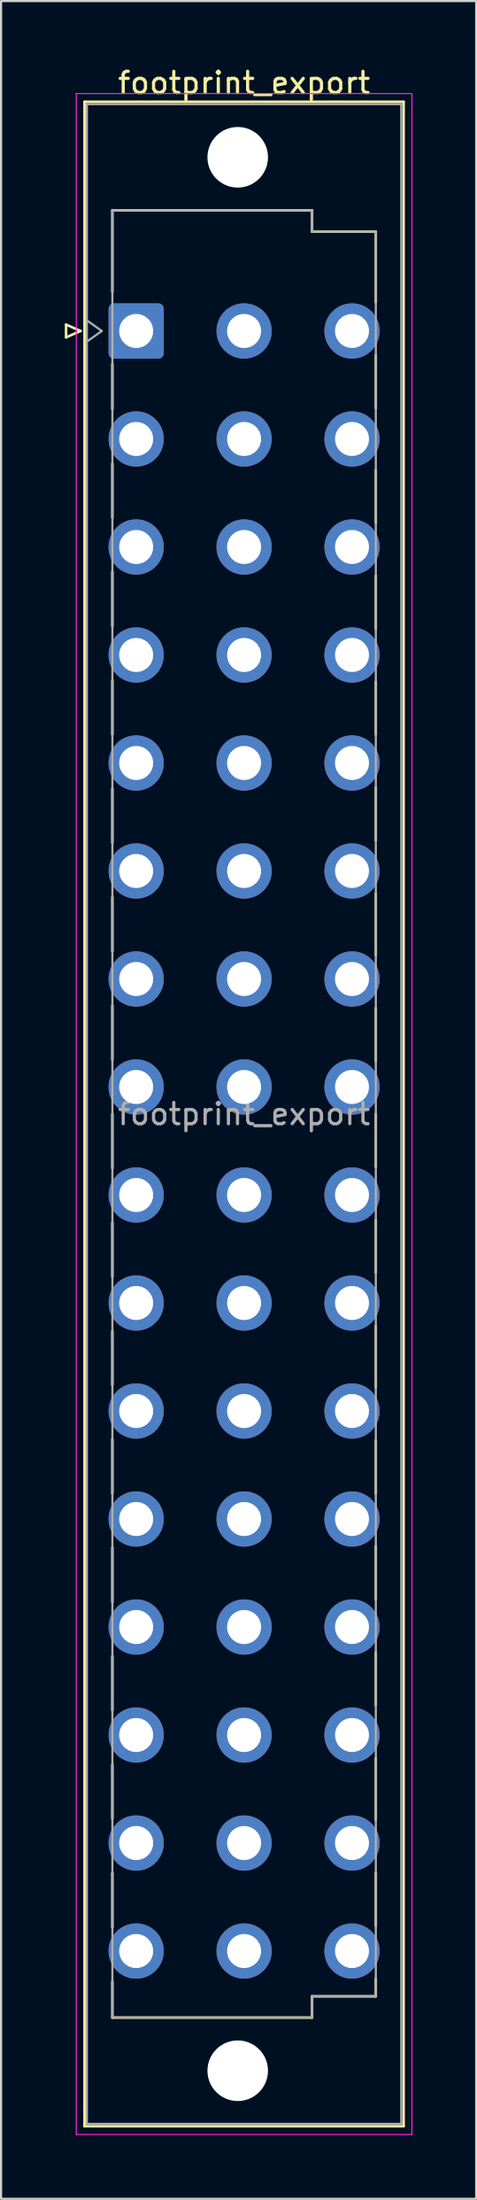
<source format=kicad_pcb>
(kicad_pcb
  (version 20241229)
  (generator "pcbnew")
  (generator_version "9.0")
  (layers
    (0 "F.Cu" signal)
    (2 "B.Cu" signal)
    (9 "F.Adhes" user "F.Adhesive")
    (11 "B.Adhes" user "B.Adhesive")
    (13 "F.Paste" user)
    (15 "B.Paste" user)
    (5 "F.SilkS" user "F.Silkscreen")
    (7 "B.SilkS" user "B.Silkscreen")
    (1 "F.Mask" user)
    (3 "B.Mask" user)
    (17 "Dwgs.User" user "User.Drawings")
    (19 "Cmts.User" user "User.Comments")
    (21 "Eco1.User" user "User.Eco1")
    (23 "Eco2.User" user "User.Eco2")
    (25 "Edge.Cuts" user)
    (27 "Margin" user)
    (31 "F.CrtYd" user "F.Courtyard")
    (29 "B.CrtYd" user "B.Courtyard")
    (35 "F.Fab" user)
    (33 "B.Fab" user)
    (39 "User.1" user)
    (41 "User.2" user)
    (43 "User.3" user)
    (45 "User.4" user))
  (footprint "footprint_export"
    (layer "F.Cu")
    (at 5.9 9.978)
    (property "Reference" "footprint_export" (at 2.54 -9.13 0) (layer "F.SilkS") (effects (font (size 1 1) (thickness 0.15))))
    (attr through_hole)
    (fp_line (start -5.84 2.24) (end -5.84 2.84) (stroke (width 0.12) (type solid)) (layer "F.SilkS"))
    (fp_line (start -5.84 2.84) (end -5.16 2.54) (stroke (width 0.12) (type solid)) (layer "F.SilkS"))
    (fp_line (start -5.16 2.54) (end -5.84 2.24) (stroke (width 0.12) (type solid)) (layer "F.SilkS"))
    (fp_line (start -4.97 -8.24) (end 10.05 -8.24) (stroke (width 0.12) (type solid)) (layer "F.SilkS"))
    (fp_line (start -4.97 86.98) (end -4.97 -8.24) (stroke (width 0.12) (type solid)) (layer "F.SilkS"))
    (fp_line (start -3.66 -3.131) (end 5.74 -3.131) (stroke (width 0.12) (type solid)) (layer "F.SilkS"))
    (fp_line (start -3.66 0.696) (end -3.66 -3.131) (stroke (width 0.12) (type solid)) (layer "F.SilkS"))
    (fp_line (start -3.66 6.221) (end -3.66 4.096) (stroke (width 0.12) (type solid)) (layer "F.SilkS"))
    (fp_line (start -3.66 11.321) (end -3.66 8.771) (stroke (width 0.12) (type solid)) (layer "F.SilkS"))
    (fp_line (start -3.66 16.421) (end -3.66 13.871) (stroke (width 0.12) (type solid)) (layer "F.SilkS"))
    (fp_line (start -3.66 21.521) (end -3.66 18.971) (stroke (width 0.12) (type solid)) (layer "F.SilkS"))
    (fp_line (start -3.66 26.621) (end -3.66 24.071) (stroke (width 0.12) (type solid)) (layer "F.SilkS"))
    (fp_line (start -3.66 31.721) (end -3.66 29.171) (stroke (width 0.12) (type solid)) (layer "F.SilkS"))
    (fp_line (start -3.66 36.821) (end -3.66 34.271) (stroke (width 0.12) (type solid)) (layer "F.SilkS"))
    (fp_line (start -3.66 41.921) (end -3.66 39.371) (stroke (width 0.12) (type solid)) (layer "F.SilkS"))
    (fp_line (start -3.66 47.021) (end -3.66 44.471) (stroke (width 0.12) (type solid)) (layer "F.SilkS"))
    (fp_line (start -3.66 52.121) (end -3.66 49.571) (stroke (width 0.12) (type solid)) (layer "F.SilkS"))
    (fp_line (start -3.66 57.221) (end -3.66 54.671) (stroke (width 0.12) (type solid)) (layer "F.SilkS"))
    (fp_line (start -3.66 62.321) (end -3.66 59.771) (stroke (width 0.12) (type solid)) (layer "F.SilkS"))
    (fp_line (start -3.66 67.421) (end -3.66 64.871) (stroke (width 0.12) (type solid)) (layer "F.SilkS"))
    (fp_line (start -3.66 72.521) (end -3.66 69.971) (stroke (width 0.12) (type solid)) (layer "F.SilkS"))
    (fp_line (start -3.66 77.621) (end -3.66 75.071) (stroke (width 0.12) (type solid)) (layer "F.SilkS"))
    (fp_line (start -3.66 81.87) (end -3.66 80.171) (stroke (width 0.12) (type solid)) (layer "F.SilkS"))
    (fp_line (start 5.74 -3.131) (end 5.74 -2.131) (stroke (width 0.12) (type solid)) (layer "F.SilkS"))
    (fp_line (start 5.74 -2.131) (end 8.74 -2.131) (stroke (width 0.12) (type solid)) (layer "F.SilkS"))
    (fp_line (start 5.74 80.87) (end 5.74 81.87) (stroke (width 0.12) (type solid)) (layer "F.SilkS"))
    (fp_line (start 5.74 81.87) (end -3.66 81.87) (stroke (width 0.12) (type solid)) (layer "F.SilkS"))
    (fp_line (start 8.74 -2.131) (end 8.74 1.19) (stroke (width 0.12) (type solid)) (layer "F.SilkS"))
    (fp_line (start 8.74 3.68) (end 8.74 6.17) (stroke (width 0.12) (type solid)) (layer "F.SilkS"))
    (fp_line (start 8.74 9.075) (end 8.74 11.565) (stroke (width 0.12) (type solid)) (layer "F.SilkS"))
    (fp_line (start 8.74 14.055) (end 8.74 16.545) (stroke (width 0.12) (type solid)) (layer "F.SilkS"))
    (fp_line (start 8.74 19.035) (end 8.74 21.525) (stroke (width 0.12) (type solid)) (layer "F.SilkS"))
    (fp_line (start 8.74 24.015) (end 8.74 26.505) (stroke (width 0.12) (type solid)) (layer "F.SilkS"))
    (fp_line (start 8.74 28.995) (end 8.74 31.9) (stroke (width 0.12) (type solid)) (layer "F.SilkS"))
    (fp_line (start 8.74 34.39) (end 8.74 36.88) (stroke (width 0.12) (type solid)) (layer "F.SilkS"))
    (fp_line (start 8.74 39.37) (end 8.74 41.86) (stroke (width 0.12) (type solid)) (layer "F.SilkS"))
    (fp_line (start 8.74 44.35) (end 8.74 46.84) (stroke (width 0.12) (type solid)) (layer "F.SilkS"))
    (fp_line (start 8.74 49.33) (end 8.74 52.235) (stroke (width 0.12) (type solid)) (layer "F.SilkS"))
    (fp_line (start 8.74 54.725) (end 8.74 57.215) (stroke (width 0.12) (type solid)) (layer "F.SilkS"))
    (fp_line (start 8.74 59.705) (end 8.74 62.195) (stroke (width 0.12) (type solid)) (layer "F.SilkS"))
    (fp_line (start 8.74 64.685) (end 8.74 67.175) (stroke (width 0.12) (type solid)) (layer "F.SilkS"))
    (fp_line (start 8.74 69.665) (end 8.74 72.57) (stroke (width 0.12) (type solid)) (layer "F.SilkS"))
    (fp_line (start 8.74 75.061) (end 8.74 77.551) (stroke (width 0.12) (type solid)) (layer "F.SilkS"))
    (fp_line (start 8.74 80.041) (end 8.74 80.87) (stroke (width 0.12) (type solid)) (layer "F.SilkS"))
    (fp_line (start 8.74 80.87) (end 5.74 80.87) (stroke (width 0.12) (type solid)) (layer "F.SilkS"))
    (fp_line (start 10.05 -8.24) (end 10.05 86.98) (stroke (width 0.12) (type solid)) (layer "F.SilkS"))
    (fp_line (start 10.05 86.98) (end -4.97 86.98) (stroke (width 0.12) (type solid)) (layer "F.SilkS"))
    (fp_line (start -5.36 -8.63) (end 10.44 -8.63) (stroke (width 0.05) (type solid)) (layer "F.CrtYd"))
    (fp_line (start -5.36 87.37) (end -5.36 -8.63) (stroke (width 0.05) (type solid)) (layer "F.CrtYd"))
    (fp_line (start 10.44 -8.63) (end 10.44 87.37) (stroke (width 0.05) (type solid)) (layer "F.CrtYd"))
    (fp_line (start 10.44 87.37) (end -5.36 87.37) (stroke (width 0.05) (type solid)) (layer "F.CrtYd"))
    (fp_line (start -4.86 -8.13) (end 9.94 -8.13) (stroke (width 0.1) (type solid)) (layer "F.Fab"))
    (fp_line (start -4.86 2.04) (end -4.16 2.54) (stroke (width 0.1) (type solid)) (layer "F.Fab"))
    (fp_line (start -4.86 86.87) (end -4.86 -8.13) (stroke (width 0.1) (type solid)) (layer "F.Fab"))
    (fp_line (start -4.16 2.54) (end -4.86 3.04) (stroke (width 0.1) (type solid)) (layer "F.Fab"))
    (fp_line (start -3.66 -3.13) (end 5.74 -3.13) (stroke (width 0.1) (type solid)) (layer "F.Fab"))
    (fp_line (start -3.66 81.87) (end -3.66 -3.13) (stroke (width 0.1) (type solid)) (layer "F.Fab"))
    (fp_line (start 5.74 -3.13) (end 5.74 -2.13) (stroke (width 0.1) (type solid)) (layer "F.Fab"))
    (fp_line (start 5.74 -2.13) (end 8.74 -2.13) (stroke (width 0.1) (type solid)) (layer "F.Fab"))
    (fp_line (start 5.74 80.87) (end 5.74 81.87) (stroke (width 0.1) (type solid)) (layer "F.Fab"))
    (fp_line (start 5.74 81.87) (end -3.66 81.87) (stroke (width 0.1) (type solid)) (layer "F.Fab"))
    (fp_line (start 8.74 -2.13) (end 8.74 80.87) (stroke (width 0.1) (type solid)) (layer "F.Fab"))
    (fp_line (start 8.74 80.87) (end 5.74 80.87) (stroke (width 0.1) (type solid)) (layer "F.Fab"))
    (fp_line (start 9.94 -8.13) (end 9.94 86.87) (stroke (width 0.1) (type solid)) (layer "F.Fab"))
    (fp_line (start 9.94 86.87) (end -4.86 86.87) (stroke (width 0.1) (type solid)) (layer "F.Fab"))
    (fp_text user "${REFERENCE}" (at 2.54 39.37 0) (layer "F.Fab") (effects (font (size 1 1) (thickness 0.15))))
    (pad "" np_thru_hole circle (at 2.24 -5.63) (size 2.85 2.85) (drill 2.85) (layers "*.Cu" "*.Mask"))
    (pad "" np_thru_hole circle (at 2.24 84.37) (size 2.85 2.85) (drill 2.85) (layers "*.Cu" "*.Mask"))
    (pad "b2" thru_hole circle (at 2.54 2.54) (size 2.6 2.6) (drill 1.6) (layers "*.Cu" "*.Mask"))
    (pad "b4" thru_hole circle (at 2.54 7.62) (size 2.6 2.6) (drill 1.6) (layers "*.Cu" "*.Mask"))
    (pad "b6" thru_hole circle (at 2.54 12.7) (size 2.6 2.6) (drill 1.6) (layers "*.Cu" "*.Mask"))
    (pad "b8" thru_hole circle (at 2.54 17.78) (size 2.6 2.6) (drill 1.6) (layers "*.Cu" "*.Mask"))
    (pad "b10" thru_hole circle (at 2.54 22.86) (size 2.6 2.6) (drill 1.6) (layers "*.Cu" "*.Mask"))
    (pad "b12" thru_hole circle (at 2.54 27.94) (size 2.6 2.6) (drill 1.6) (layers "*.Cu" "*.Mask"))
    (pad "b14" thru_hole circle (at 2.54 33.02) (size 2.6 2.6) (drill 1.6) (layers "*.Cu" "*.Mask"))
    (pad "b16" thru_hole circle (at 2.54 38.1) (size 2.6 2.6) (drill 1.6) (layers "*.Cu" "*.Mask"))
    (pad "b18" thru_hole circle (at 2.54 43.18) (size 2.6 2.6) (drill 1.6) (layers "*.Cu" "*.Mask"))
    (pad "b20" thru_hole circle (at 2.54 48.26) (size 2.6 2.6) (drill 1.6) (layers "*.Cu" "*.Mask"))
    (pad "b22" thru_hole circle (at 2.54 53.34) (size 2.6 2.6) (drill 1.6) (layers "*.Cu" "*.Mask"))
    (pad "b24" thru_hole circle (at 2.54 58.42) (size 2.6 2.6) (drill 1.6) (layers "*.Cu" "*.Mask"))
    (pad "b26" thru_hole circle (at 2.54 63.5) (size 2.6 2.6) (drill 1.6) (layers "*.Cu" "*.Mask"))
    (pad "b28" thru_hole circle (at 2.54 68.58) (size 2.6 2.6) (drill 1.6) (layers "*.Cu" "*.Mask"))
    (pad "b30" thru_hole circle (at 2.54 73.66) (size 2.6 2.6) (drill 1.6) (layers "*.Cu" "*.Mask"))
    (pad "b32" thru_hole circle (at 2.54 78.74) (size 2.6 2.6) (drill 1.6) (layers "*.Cu" "*.Mask"))
    (pad "d2" thru_hole circle (at 7.62 2.54) (size 2.6 2.6) (drill 1.6) (layers "*.Cu" "*.Mask"))
    (pad "d4" thru_hole circle (at 7.62 7.62) (size 2.6 2.6) (drill 1.6) (layers "*.Cu" "*.Mask"))
    (pad "d6" thru_hole circle (at 7.62 12.7) (size 2.6 2.6) (drill 1.6) (layers "*.Cu" "*.Mask"))
    (pad "d8" thru_hole circle (at 7.62 17.78) (size 2.6 2.6) (drill 1.6) (layers "*.Cu" "*.Mask"))
    (pad "d10" thru_hole circle (at 7.62 22.86) (size 2.6 2.6) (drill 1.6) (layers "*.Cu" "*.Mask"))
    (pad "d12" thru_hole circle (at 7.62 27.94) (size 2.6 2.6) (drill 1.6) (layers "*.Cu" "*.Mask"))
    (pad "d14" thru_hole circle (at 7.62 33.02) (size 2.6 2.6) (drill 1.6) (layers "*.Cu" "*.Mask"))
    (pad "d16" thru_hole circle (at 7.62 38.1) (size 2.6 2.6) (drill 1.6) (layers "*.Cu" "*.Mask"))
    (pad "d18" thru_hole circle (at 7.62 43.18) (size 2.6 2.6) (drill 1.6) (layers "*.Cu" "*.Mask"))
    (pad "d20" thru_hole circle (at 7.62 48.26) (size 2.6 2.6) (drill 1.6) (layers "*.Cu" "*.Mask"))
    (pad "d22" thru_hole circle (at 7.62 53.34) (size 2.6 2.6) (drill 1.6) (layers "*.Cu" "*.Mask"))
    (pad "d24" thru_hole circle (at 7.62 58.42) (size 2.6 2.6) (drill 1.6) (layers "*.Cu" "*.Mask"))
    (pad "d26" thru_hole circle (at 7.62 63.5) (size 2.6 2.6) (drill 1.6) (layers "*.Cu" "*.Mask"))
    (pad "d28" thru_hole circle (at 7.62 68.58) (size 2.6 2.6) (drill 1.6) (layers "*.Cu" "*.Mask"))
    (pad "d30" thru_hole circle (at 7.62 73.66) (size 2.6 2.6) (drill 1.6) (layers "*.Cu" "*.Mask"))
    (pad "d32" thru_hole circle (at 7.62 78.74) (size 2.6 2.6) (drill 1.6) (layers "*.Cu" "*.Mask"))
    (pad "z2" thru_hole roundrect (at -2.54 2.54) (size 2.6 2.6) (drill 1.6) (layers "*.Cu" "*.Mask") (roundrect_rratio 0.096))
    (pad "z4" thru_hole circle (at -2.54 7.62) (size 2.6 2.6) (drill 1.6) (layers "*.Cu" "*.Mask"))
    (pad "z6" thru_hole circle (at -2.54 12.7) (size 2.6 2.6) (drill 1.6) (layers "*.Cu" "*.Mask"))
    (pad "z8" thru_hole circle (at -2.54 17.78) (size 2.6 2.6) (drill 1.6) (layers "*.Cu" "*.Mask"))
    (pad "z10" thru_hole circle (at -2.54 22.86) (size 2.6 2.6) (drill 1.6) (layers "*.Cu" "*.Mask"))
    (pad "z12" thru_hole circle (at -2.54 27.94) (size 2.6 2.6) (drill 1.6) (layers "*.Cu" "*.Mask"))
    (pad "z14" thru_hole circle (at -2.54 33.02) (size 2.6 2.6) (drill 1.6) (layers "*.Cu" "*.Mask"))
    (pad "z16" thru_hole circle (at -2.54 38.1) (size 2.6 2.6) (drill 1.6) (layers "*.Cu" "*.Mask"))
    (pad "z18" thru_hole circle (at -2.54 43.18) (size 2.6 2.6) (drill 1.6) (layers "*.Cu" "*.Mask"))
    (pad "z20" thru_hole circle (at -2.54 48.26) (size 2.6 2.6) (drill 1.6) (layers "*.Cu" "*.Mask"))
    (pad "z22" thru_hole circle (at -2.54 53.34) (size 2.6 2.6) (drill 1.6) (layers "*.Cu" "*.Mask"))
    (pad "z24" thru_hole circle (at -2.54 58.42) (size 2.6 2.6) (drill 1.6) (layers "*.Cu" "*.Mask"))
    (pad "z26" thru_hole circle (at -2.54 63.5) (size 2.6 2.6) (drill 1.6) (layers "*.Cu" "*.Mask"))
    (pad "z28" thru_hole circle (at -2.54 68.58) (size 2.6 2.6) (drill 1.6) (layers "*.Cu" "*.Mask"))
    (pad "z30" thru_hole circle (at -2.54 73.66) (size 2.6 2.6) (drill 1.6) (layers "*.Cu" "*.Mask"))
    (pad "z32" thru_hole circle (at -2.54 78.74) (size 2.6 2.6) (drill 1.6) (layers "*.Cu" "*.Mask")))
  (gr_rect
    (start -3 -3)
    (end 19.365 100.373)
    (stroke (width 0.1) (type default))
    (fill no)
    (layer "Edge.Cuts")))
</source>
